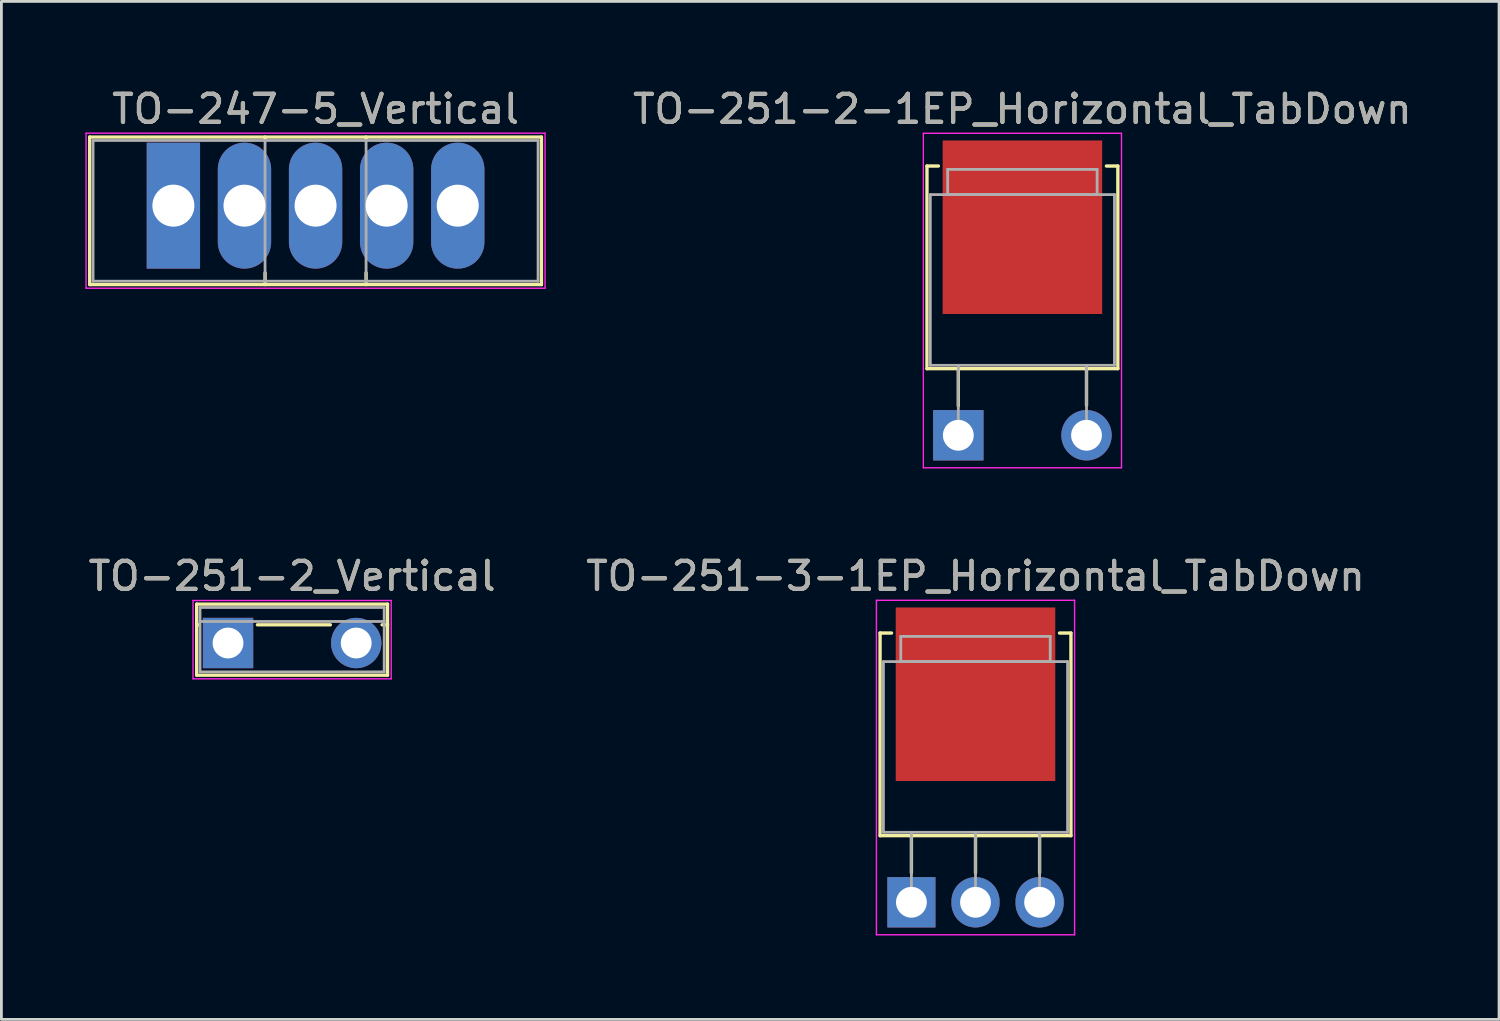
<source format=kicad_pcb>
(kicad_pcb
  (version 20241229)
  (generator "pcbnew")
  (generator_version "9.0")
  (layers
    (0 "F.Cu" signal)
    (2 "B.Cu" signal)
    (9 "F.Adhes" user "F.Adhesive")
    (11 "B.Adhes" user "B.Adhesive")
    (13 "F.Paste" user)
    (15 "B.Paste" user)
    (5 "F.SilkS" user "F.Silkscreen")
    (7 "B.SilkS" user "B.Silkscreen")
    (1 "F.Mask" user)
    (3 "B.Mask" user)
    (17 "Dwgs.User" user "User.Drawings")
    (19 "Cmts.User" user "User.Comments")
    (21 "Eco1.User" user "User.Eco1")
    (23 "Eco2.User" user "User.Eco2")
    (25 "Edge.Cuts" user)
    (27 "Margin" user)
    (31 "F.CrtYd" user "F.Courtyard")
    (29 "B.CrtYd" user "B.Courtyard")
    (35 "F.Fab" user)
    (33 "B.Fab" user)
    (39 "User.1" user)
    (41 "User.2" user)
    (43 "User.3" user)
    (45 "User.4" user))
  (footprint "TO-247-5_Vertical"
    (layer "F.Cu")
    (at 3.145 4.298)
    (property "Reference" "TO-247-5_Vertical" (at 5.08 -3.45 0) (layer "F.SilkS") (effects (font (size 1 1) (thickness 0.15))))
    (attr through_hole)
    (fp_line (start -2.99 -2.451) (end -2.99 2.82) (stroke (width 0.12) (type solid)) (layer "F.SilkS"))
    (fp_line (start -2.99 -2.451) (end 13.15 -2.451) (stroke (width 0.12) (type solid)) (layer "F.SilkS"))
    (fp_line (start -2.99 2.82) (end 13.15 2.82) (stroke (width 0.12) (type solid)) (layer "F.SilkS"))
    (fp_line (start 3.276 -2.451) (end 3.276 -2.4) (stroke (width 0.12) (type solid)) (layer "F.SilkS"))
    (fp_line (start 3.276 2.4) (end 3.276 2.82) (stroke (width 0.12) (type solid)) (layer "F.SilkS"))
    (fp_line (start 6.885 -2.451) (end 6.885 -2.4) (stroke (width 0.12) (type solid)) (layer "F.SilkS"))
    (fp_line (start 6.885 2.4) (end 6.885 2.82) (stroke (width 0.12) (type solid)) (layer "F.SilkS"))
    (fp_line (start 13.15 -2.451) (end 13.15 2.82) (stroke (width 0.12) (type solid)) (layer "F.SilkS"))
    (fp_line (start -3.12 -2.59) (end -3.12 2.95) (stroke (width 0.05) (type solid)) (layer "F.CrtYd"))
    (fp_line (start -3.12 2.95) (end 13.28 2.95) (stroke (width 0.05) (type solid)) (layer "F.CrtYd"))
    (fp_line (start 13.28 -2.59) (end -3.12 -2.59) (stroke (width 0.05) (type solid)) (layer "F.CrtYd"))
    (fp_line (start 13.28 2.95) (end 13.28 -2.59) (stroke (width 0.05) (type solid)) (layer "F.CrtYd"))
    (fp_line (start -2.87 -2.33) (end -2.87 2.7) (stroke (width 0.1) (type solid)) (layer "F.Fab"))
    (fp_line (start -2.87 2.7) (end 13.03 2.7) (stroke (width 0.1) (type solid)) (layer "F.Fab"))
    (fp_line (start 3.275 -2.33) (end 3.275 2.7) (stroke (width 0.1) (type solid)) (layer "F.Fab"))
    (fp_line (start 6.885 -2.33) (end 6.885 2.7) (stroke (width 0.1) (type solid)) (layer "F.Fab"))
    (fp_line (start 13.03 -2.33) (end -2.87 -2.33) (stroke (width 0.1) (type solid)) (layer "F.Fab"))
    (fp_line (start 13.03 2.7) (end 13.03 -2.33) (stroke (width 0.1) (type solid)) (layer "F.Fab"))
    (fp_text user "${REFERENCE}" (at 5.08 -3.45 0) (layer "F.Fab") (effects (font (size 1 1) (thickness 0.15))))
    (pad "1" thru_hole rect (at 0 0) (size 1.905 4.5) (drill 1.5) (layers "*.Cu" "*.Mask"))
    (pad "2" thru_hole oval (at 2.54 0) (size 1.905 4.5) (drill 1.5) (layers "*.Cu" "*.Mask"))
    (pad "3" thru_hole oval (at 5.08 0) (size 1.905 4.5) (drill 1.5) (layers "*.Cu" "*.Mask"))
    (pad "4" thru_hole oval (at 7.62 0) (size 1.905 4.5) (drill 1.5) (layers "*.Cu" "*.Mask"))
    (pad "5" thru_hole oval (at 10.16 0) (size 1.905 4.5) (drill 1.5) (layers "*.Cu" "*.Mask")))
  (footprint "TO-251-2-1EP_Horizontal_TabDown"
    (layer "F.Cu")
    (at 31.19 12.502)
    (property "Reference" "TO-251-2-1EP_Horizontal_TabDown" (at 2.29 -11.653 0) (layer "F.SilkS") (effects (font (size 1 1) (thickness 0.15))))
    (attr through_hole)
    (fp_line (start -1.12 -9.62) (end -1.12 -2.38) (stroke (width 0.12) (type solid)) (layer "F.SilkS"))
    (fp_line (start -1.12 -9.62) (end -0.711 -9.62) (stroke (width 0.12) (type solid)) (layer "F.SilkS"))
    (fp_line (start -1.12 -2.38) (end 5.7 -2.38) (stroke (width 0.12) (type solid)) (layer "F.SilkS"))
    (fp_line (start 0 -2.38) (end 0 -1.05) (stroke (width 0.12) (type solid)) (layer "F.SilkS"))
    (fp_line (start 4.58 -2.38) (end 4.58 -1.066) (stroke (width 0.12) (type solid)) (layer "F.SilkS"))
    (fp_line (start 5.291 -9.62) (end 5.7 -9.62) (stroke (width 0.12) (type solid)) (layer "F.SilkS"))
    (fp_line (start 5.7 -9.62) (end 5.7 -2.38) (stroke (width 0.12) (type solid)) (layer "F.SilkS"))
    (fp_line (start -1.25 -10.79) (end -1.25 1.16) (stroke (width 0.05) (type solid)) (layer "F.CrtYd"))
    (fp_line (start -1.25 1.16) (end 5.83 1.16) (stroke (width 0.05) (type solid)) (layer "F.CrtYd"))
    (fp_line (start 5.83 -10.79) (end -1.25 -10.79) (stroke (width 0.05) (type solid)) (layer "F.CrtYd"))
    (fp_line (start 5.83 1.16) (end 5.83 -10.79) (stroke (width 0.05) (type solid)) (layer "F.CrtYd"))
    (fp_line (start -1 -8.6) (end 5.58 -8.6) (stroke (width 0.1) (type solid)) (layer "F.Fab"))
    (fp_line (start -1 -2.5) (end -1 -8.6) (stroke (width 0.1) (type solid)) (layer "F.Fab"))
    (fp_line (start -0.38 -9.5) (end 4.96 -9.5) (stroke (width 0.1) (type solid)) (layer "F.Fab"))
    (fp_line (start -0.38 -8.6) (end -0.38 -9.5) (stroke (width 0.1) (type solid)) (layer "F.Fab"))
    (fp_line (start 0 -2.5) (end 0 0) (stroke (width 0.1) (type solid)) (layer "F.Fab"))
    (fp_line (start 4.58 -2.5) (end 4.58 0) (stroke (width 0.1) (type solid)) (layer "F.Fab"))
    (fp_line (start 4.96 -9.5) (end 4.96 -8.6) (stroke (width 0.1) (type solid)) (layer "F.Fab"))
    (fp_line (start 4.96 -8.6) (end -0.38 -8.6) (stroke (width 0.1) (type solid)) (layer "F.Fab"))
    (fp_line (start 5.58 -8.6) (end 5.58 -2.5) (stroke (width 0.1) (type solid)) (layer "F.Fab"))
    (fp_line (start 5.58 -2.5) (end -1 -2.5) (stroke (width 0.1) (type solid)) (layer "F.Fab"))
    (fp_text user "${REFERENCE}" (at 2.29 -11.653 0) (layer "F.Fab") (effects (font (size 1 1) (thickness 0.15))))
    (pad "1" thru_hole rect (at 0 0) (size 1.8 1.8) (drill 1.1) (layers "*.Cu" "*.Mask"))
    (pad "2" thru_hole oval (at 4.58 0) (size 1.8 1.8) (drill 1.1) (layers "*.Cu" "*.Mask"))
    (pad "3" smd rect (at 2.29 -7.433) (size 5.7 6.2) (layers "F.Cu" "F.Mask" "F.Paste")))
  (footprint "TO-251-3-1EP_Horizontal_TabDown"
    (layer "F.Cu")
    (at 29.514 29.188)
    (property "Reference" "TO-251-3-1EP_Horizontal_TabDown" (at 2.29 -11.653 0) (layer "F.SilkS") (effects (font (size 1 1) (thickness 0.15))))
    (attr through_hole)
    (fp_line (start -1.12 -9.62) (end -1.12 -2.38) (stroke (width 0.12) (type solid)) (layer "F.SilkS"))
    (fp_line (start -1.12 -9.62) (end -0.711 -9.62) (stroke (width 0.12) (type solid)) (layer "F.SilkS"))
    (fp_line (start -1.12 -2.38) (end 5.7 -2.38) (stroke (width 0.12) (type solid)) (layer "F.SilkS"))
    (fp_line (start 0 -2.38) (end 0 -1.05) (stroke (width 0.12) (type solid)) (layer "F.SilkS"))
    (fp_line (start 2.29 -2.38) (end 2.29 -1.05) (stroke (width 0.12) (type solid)) (layer "F.SilkS"))
    (fp_line (start 4.58 -2.38) (end 4.58 -1.05) (stroke (width 0.12) (type solid)) (layer "F.SilkS"))
    (fp_line (start 5.291 -9.62) (end 5.7 -9.62) (stroke (width 0.12) (type solid)) (layer "F.SilkS"))
    (fp_line (start 5.7 -9.62) (end 5.7 -2.38) (stroke (width 0.12) (type solid)) (layer "F.SilkS"))
    (fp_line (start -1.25 -10.79) (end -1.25 1.16) (stroke (width 0.05) (type solid)) (layer "F.CrtYd"))
    (fp_line (start -1.25 1.16) (end 5.83 1.16) (stroke (width 0.05) (type solid)) (layer "F.CrtYd"))
    (fp_line (start 5.83 -10.79) (end -1.25 -10.79) (stroke (width 0.05) (type solid)) (layer "F.CrtYd"))
    (fp_line (start 5.83 1.16) (end 5.83 -10.79) (stroke (width 0.05) (type solid)) (layer "F.CrtYd"))
    (fp_line (start -1 -8.6) (end 5.58 -8.6) (stroke (width 0.1) (type solid)) (layer "F.Fab"))
    (fp_line (start -1 -2.5) (end -1 -8.6) (stroke (width 0.1) (type solid)) (layer "F.Fab"))
    (fp_line (start -0.38 -9.5) (end 4.96 -9.5) (stroke (width 0.1) (type solid)) (layer "F.Fab"))
    (fp_line (start -0.38 -8.6) (end -0.38 -9.5) (stroke (width 0.1) (type solid)) (layer "F.Fab"))
    (fp_line (start 0 -2.5) (end 0 0) (stroke (width 0.1) (type solid)) (layer "F.Fab"))
    (fp_line (start 2.29 -2.5) (end 2.29 0) (stroke (width 0.1) (type solid)) (layer "F.Fab"))
    (fp_line (start 4.58 -2.5) (end 4.58 0) (stroke (width 0.1) (type solid)) (layer "F.Fab"))
    (fp_line (start 4.96 -9.5) (end 4.96 -8.6) (stroke (width 0.1) (type solid)) (layer "F.Fab"))
    (fp_line (start 4.96 -8.6) (end -0.38 -8.6) (stroke (width 0.1) (type solid)) (layer "F.Fab"))
    (fp_line (start 5.58 -8.6) (end 5.58 -2.5) (stroke (width 0.1) (type solid)) (layer "F.Fab"))
    (fp_line (start 5.58 -2.5) (end -1 -2.5) (stroke (width 0.1) (type solid)) (layer "F.Fab"))
    (fp_text user "${REFERENCE}" (at 2.29 -11.653 0) (layer "F.Fab") (effects (font (size 1 1) (thickness 0.15))))
    (pad "1" thru_hole rect (at 0 0) (size 1.718 1.8) (drill 1.1) (layers "*.Cu" "*.Mask"))
    (pad "2" thru_hole oval (at 2.29 0) (size 1.718 1.8) (drill 1.1) (layers "*.Cu" "*.Mask"))
    (pad "3" thru_hole oval (at 4.58 0) (size 1.718 1.8) (drill 1.1) (layers "*.Cu" "*.Mask"))
    (pad "4" smd rect (at 2.29 -7.433) (size 5.7 6.2) (layers "F.Cu" "F.Mask" "F.Paste")))
  (footprint "TO-251-2_Vertical"
    (layer "F.Cu")
    (at 5.097 19.925)
    (property "Reference" "TO-251-2_Vertical" (at 2.29 -2.39 0) (layer "F.SilkS") (effects (font (size 1 1) (thickness 0.15))))
    (attr through_hole)
    (fp_line (start -1.12 -1.39) (end -1.12 1.15) (stroke (width 0.12) (type solid)) (layer "F.SilkS"))
    (fp_line (start -1.12 -1.39) (end 5.7 -1.39) (stroke (width 0.12) (type solid)) (layer "F.SilkS"))
    (fp_line (start -1.12 -0.651) (end -1.05 -0.651) (stroke (width 0.12) (type solid)) (layer "F.SilkS"))
    (fp_line (start -1.12 1.15) (end 5.7 1.15) (stroke (width 0.12) (type solid)) (layer "F.SilkS"))
    (fp_line (start 1.05 -0.651) (end 3.656 -0.651) (stroke (width 0.12) (type solid)) (layer "F.SilkS"))
    (fp_line (start 5.505 -0.651) (end 5.7 -0.651) (stroke (width 0.12) (type solid)) (layer "F.SilkS"))
    (fp_line (start 5.7 -1.39) (end 5.7 1.15) (stroke (width 0.12) (type solid)) (layer "F.SilkS"))
    (fp_line (start -1.25 -1.52) (end -1.25 1.28) (stroke (width 0.05) (type solid)) (layer "F.CrtYd"))
    (fp_line (start -1.25 1.28) (end 5.83 1.28) (stroke (width 0.05) (type solid)) (layer "F.CrtYd"))
    (fp_line (start 5.83 -1.52) (end -1.25 -1.52) (stroke (width 0.05) (type solid)) (layer "F.CrtYd"))
    (fp_line (start 5.83 1.28) (end 5.83 -1.52) (stroke (width 0.05) (type solid)) (layer "F.CrtYd"))
    (fp_line (start -1 -1.27) (end -1 1.03) (stroke (width 0.1) (type solid)) (layer "F.Fab"))
    (fp_line (start -1 -0.77) (end 5.58 -0.77) (stroke (width 0.1) (type solid)) (layer "F.Fab"))
    (fp_line (start -1 1.03) (end 5.58 1.03) (stroke (width 0.1) (type solid)) (layer "F.Fab"))
    (fp_line (start 5.58 -1.27) (end -1 -1.27) (stroke (width 0.1) (type solid)) (layer "F.Fab"))
    (fp_line (start 5.58 1.03) (end 5.58 -1.27) (stroke (width 0.1) (type solid)) (layer "F.Fab"))
    (fp_text user "${REFERENCE}" (at 2.29 -2.39 0) (layer "F.Fab") (effects (font (size 1 1) (thickness 0.15))))
    (pad "1" thru_hole rect (at 0 0) (size 1.8 1.8) (drill 1.1) (layers "*.Cu" "*.Mask"))
    (pad "2" thru_hole oval (at 4.58 0) (size 1.8 1.8) (drill 1.1) (layers "*.Cu" "*.Mask")))
  (gr_rect
    (start -3 -3)
    (end 50.51 33.373)
    (stroke (width 0.1) (type default))
    (fill no)
    (layer "Edge.Cuts")))
</source>
